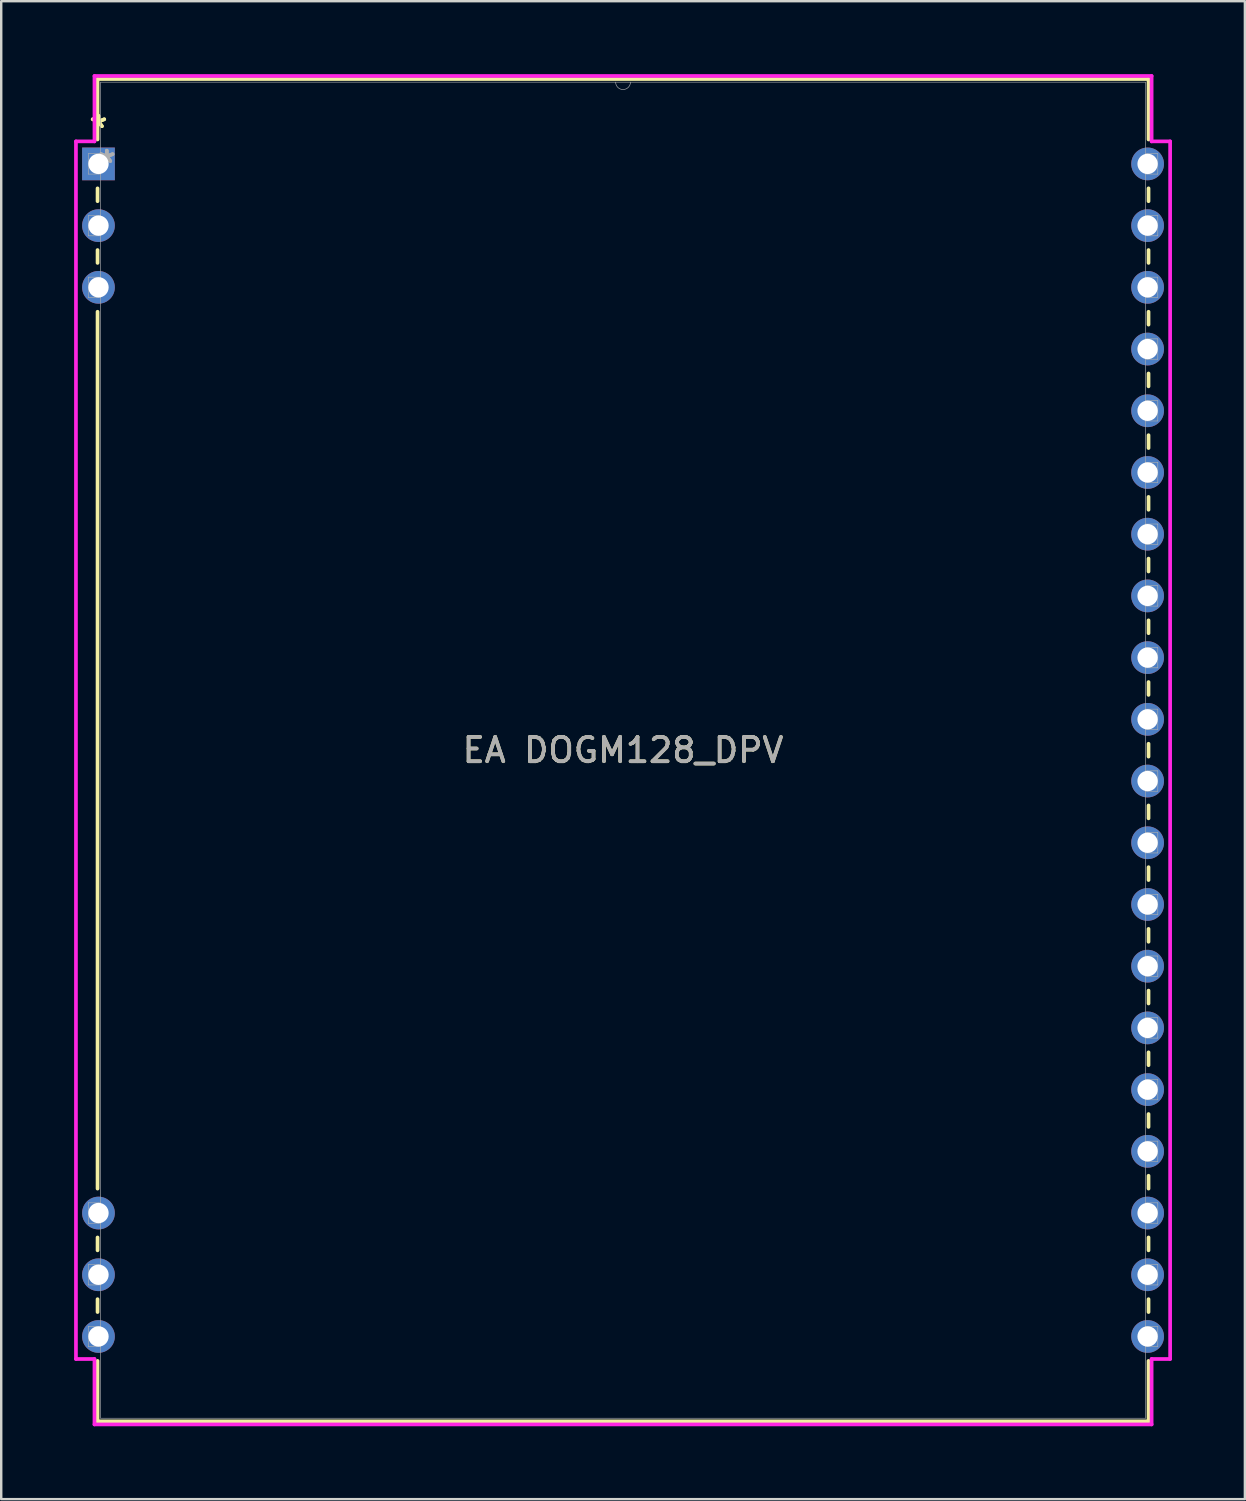
<source format=kicad_pcb>
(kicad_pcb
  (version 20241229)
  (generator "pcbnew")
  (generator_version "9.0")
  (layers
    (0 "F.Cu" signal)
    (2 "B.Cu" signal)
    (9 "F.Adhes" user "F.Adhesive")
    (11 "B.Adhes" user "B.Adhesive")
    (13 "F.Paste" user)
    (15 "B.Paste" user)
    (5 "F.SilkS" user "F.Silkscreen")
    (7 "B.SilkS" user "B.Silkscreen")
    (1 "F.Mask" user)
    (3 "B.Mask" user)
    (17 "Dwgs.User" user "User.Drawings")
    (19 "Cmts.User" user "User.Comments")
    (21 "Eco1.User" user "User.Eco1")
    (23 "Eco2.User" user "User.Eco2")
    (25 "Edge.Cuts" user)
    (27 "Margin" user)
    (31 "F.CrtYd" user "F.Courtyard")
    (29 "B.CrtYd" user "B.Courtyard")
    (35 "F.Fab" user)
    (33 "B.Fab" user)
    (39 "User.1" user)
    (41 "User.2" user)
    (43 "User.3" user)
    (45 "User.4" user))
  (footprint "EA DOGM128_DPV"
    (layer "F.Cu")
    (at 1.003 3.696)
    (property "Reference" "EA DOGM128_DPV" (at 21.59 24.13 0) (unlocked yes) (layer "F.SilkS") (effects (font (size 1 1) (thickness 0.15))))
    (attr through_hole)
    (fp_line (start -0.038 -3.493) (end -0.038 -1.006) (stroke (width 0.152) (type solid)) (layer "F.SilkS"))
    (fp_line (start -0.038 1.006) (end -0.038 1.535) (stroke (width 0.152) (type solid)) (layer "F.SilkS"))
    (fp_line (start -0.038 3.545) (end -0.038 4.075) (stroke (width 0.152) (type solid)) (layer "F.SilkS"))
    (fp_line (start -0.038 6.085) (end -0.038 42.175) (stroke (width 0.152) (type solid)) (layer "F.SilkS"))
    (fp_line (start -0.038 44.185) (end -0.038 44.715) (stroke (width 0.152) (type solid)) (layer "F.SilkS"))
    (fp_line (start -0.038 46.725) (end -0.038 47.255) (stroke (width 0.152) (type solid)) (layer "F.SilkS"))
    (fp_line (start -0.038 49.265) (end -0.038 51.752) (stroke (width 0.152) (type solid)) (layer "F.SilkS"))
    (fp_line (start -0.038 51.752) (end 43.218 51.752) (stroke (width 0.152) (type solid)) (layer "F.SilkS"))
    (fp_line (start 43.218 -3.493) (end -0.038 -3.493) (stroke (width 0.152) (type solid)) (layer "F.SilkS"))
    (fp_line (start 43.218 -1.005) (end 43.218 -3.493) (stroke (width 0.152) (type solid)) (layer "F.SilkS"))
    (fp_line (start 43.218 1.535) (end 43.218 1.005) (stroke (width 0.152) (type solid)) (layer "F.SilkS"))
    (fp_line (start 43.218 4.075) (end 43.218 3.545) (stroke (width 0.152) (type solid)) (layer "F.SilkS"))
    (fp_line (start 43.218 6.615) (end 43.218 6.085) (stroke (width 0.152) (type solid)) (layer "F.SilkS"))
    (fp_line (start 43.218 9.155) (end 43.218 8.625) (stroke (width 0.152) (type solid)) (layer "F.SilkS"))
    (fp_line (start 43.218 11.695) (end 43.218 11.165) (stroke (width 0.152) (type solid)) (layer "F.SilkS"))
    (fp_line (start 43.218 14.235) (end 43.218 13.705) (stroke (width 0.152) (type solid)) (layer "F.SilkS"))
    (fp_line (start 43.218 16.775) (end 43.218 16.245) (stroke (width 0.152) (type solid)) (layer "F.SilkS"))
    (fp_line (start 43.218 19.315) (end 43.218 18.785) (stroke (width 0.152) (type solid)) (layer "F.SilkS"))
    (fp_line (start 43.218 21.855) (end 43.218 21.325) (stroke (width 0.152) (type solid)) (layer "F.SilkS"))
    (fp_line (start 43.218 24.395) (end 43.218 23.865) (stroke (width 0.152) (type solid)) (layer "F.SilkS"))
    (fp_line (start 43.218 26.935) (end 43.218 26.405) (stroke (width 0.152) (type solid)) (layer "F.SilkS"))
    (fp_line (start 43.218 29.475) (end 43.218 28.945) (stroke (width 0.152) (type solid)) (layer "F.SilkS"))
    (fp_line (start 43.218 32.015) (end 43.218 31.485) (stroke (width 0.152) (type solid)) (layer "F.SilkS"))
    (fp_line (start 43.218 34.555) (end 43.218 34.025) (stroke (width 0.152) (type solid)) (layer "F.SilkS"))
    (fp_line (start 43.218 37.095) (end 43.218 36.565) (stroke (width 0.152) (type solid)) (layer "F.SilkS"))
    (fp_line (start 43.218 39.635) (end 43.218 39.105) (stroke (width 0.152) (type solid)) (layer "F.SilkS"))
    (fp_line (start 43.218 42.175) (end 43.218 41.645) (stroke (width 0.152) (type solid)) (layer "F.SilkS"))
    (fp_line (start 43.218 44.715) (end 43.218 44.185) (stroke (width 0.152) (type solid)) (layer "F.SilkS"))
    (fp_line (start 43.218 47.255) (end 43.218 46.725) (stroke (width 0.152) (type solid)) (layer "F.SilkS"))
    (fp_line (start 43.218 51.752) (end 43.218 49.265) (stroke (width 0.152) (type solid)) (layer "F.SilkS"))
    (fp_line (start -0.927 -0.927) (end -0.165 -0.927) (stroke (width 0.152) (type solid)) (layer "F.CrtYd"))
    (fp_line (start -0.927 49.187) (end -0.927 -0.927) (stroke (width 0.152) (type solid)) (layer "F.CrtYd"))
    (fp_line (start -0.165 -3.619) (end 43.345 -3.619) (stroke (width 0.152) (type solid)) (layer "F.CrtYd"))
    (fp_line (start -0.165 -0.927) (end -0.165 -3.619) (stroke (width 0.152) (type solid)) (layer "F.CrtYd"))
    (fp_line (start -0.165 49.187) (end -0.927 49.187) (stroke (width 0.152) (type solid)) (layer "F.CrtYd"))
    (fp_line (start -0.165 51.88) (end -0.165 49.187) (stroke (width 0.152) (type solid)) (layer "F.CrtYd"))
    (fp_line (start 43.345 -3.619) (end 43.345 -0.927) (stroke (width 0.152) (type solid)) (layer "F.CrtYd"))
    (fp_line (start 43.345 49.187) (end 43.345 51.88) (stroke (width 0.152) (type solid)) (layer "F.CrtYd"))
    (fp_line (start 43.345 51.88) (end -0.165 51.88) (stroke (width 0.152) (type solid)) (layer "F.CrtYd"))
    (fp_line (start 44.107 -0.927) (end 43.345 -0.927) (stroke (width 0.152) (type solid)) (layer "F.CrtYd"))
    (fp_line (start 44.107 -0.927) (end 44.107 49.187) (stroke (width 0.152) (type solid)) (layer "F.CrtYd"))
    (fp_line (start 44.107 49.187) (end 43.345 49.187) (stroke (width 0.152) (type solid)) (layer "F.CrtYd"))
    (fp_line (start -0.419 -0.419) (end -0.419 0.419) (stroke (width 0.025) (type solid)) (layer "F.Fab"))
    (fp_line (start -0.419 0.419) (end 0.089 0.419) (stroke (width 0.025) (type solid)) (layer "F.Fab"))
    (fp_line (start -0.419 2.121) (end -0.419 2.959) (stroke (width 0.025) (type solid)) (layer "F.Fab"))
    (fp_line (start -0.419 2.959) (end 0.089 2.959) (stroke (width 0.025) (type solid)) (layer "F.Fab"))
    (fp_line (start -0.419 4.661) (end -0.419 5.499) (stroke (width 0.025) (type solid)) (layer "F.Fab"))
    (fp_line (start -0.419 5.499) (end 0.089 5.499) (stroke (width 0.025) (type solid)) (layer "F.Fab"))
    (fp_line (start -0.419 42.761) (end -0.419 43.599) (stroke (width 0.025) (type solid)) (layer "F.Fab"))
    (fp_line (start -0.419 43.599) (end 0.089 43.599) (stroke (width 0.025) (type solid)) (layer "F.Fab"))
    (fp_line (start -0.419 45.301) (end -0.419 46.139) (stroke (width 0.025) (type solid)) (layer "F.Fab"))
    (fp_line (start -0.419 46.139) (end 0.089 46.139) (stroke (width 0.025) (type solid)) (layer "F.Fab"))
    (fp_line (start -0.419 47.841) (end -0.419 48.679) (stroke (width 0.025) (type solid)) (layer "F.Fab"))
    (fp_line (start -0.419 48.679) (end 0.089 48.679) (stroke (width 0.025) (type solid)) (layer "F.Fab"))
    (fp_line (start 0.089 -3.365) (end 0.089 51.626) (stroke (width 0.025) (type solid)) (layer "F.Fab"))
    (fp_line (start 0.089 -0.419) (end -0.419 -0.419) (stroke (width 0.025) (type solid)) (layer "F.Fab"))
    (fp_line (start 0.089 0.419) (end 0.089 -0.419) (stroke (width 0.025) (type solid)) (layer "F.Fab"))
    (fp_line (start 0.089 2.121) (end -0.419 2.121) (stroke (width 0.025) (type solid)) (layer "F.Fab"))
    (fp_line (start 0.089 2.959) (end 0.089 2.121) (stroke (width 0.025) (type solid)) (layer "F.Fab"))
    (fp_line (start 0.089 4.661) (end -0.419 4.661) (stroke (width 0.025) (type solid)) (layer "F.Fab"))
    (fp_line (start 0.089 5.499) (end 0.089 4.661) (stroke (width 0.025) (type solid)) (layer "F.Fab"))
    (fp_line (start 0.089 42.761) (end -0.419 42.761) (stroke (width 0.025) (type solid)) (layer "F.Fab"))
    (fp_line (start 0.089 43.599) (end 0.089 42.761) (stroke (width 0.025) (type solid)) (layer "F.Fab"))
    (fp_line (start 0.089 45.301) (end -0.419 45.301) (stroke (width 0.025) (type solid)) (layer "F.Fab"))
    (fp_line (start 0.089 46.139) (end 0.089 45.301) (stroke (width 0.025) (type solid)) (layer "F.Fab"))
    (fp_line (start 0.089 47.841) (end -0.419 47.841) (stroke (width 0.025) (type solid)) (layer "F.Fab"))
    (fp_line (start 0.089 48.679) (end 0.089 47.841) (stroke (width 0.025) (type solid)) (layer "F.Fab"))
    (fp_line (start 0.089 51.626) (end 43.091 51.626) (stroke (width 0.025) (type solid)) (layer "F.Fab"))
    (fp_line (start 43.091 -3.365) (end 0.089 -3.365) (stroke (width 0.025) (type solid)) (layer "F.Fab"))
    (fp_line (start 43.091 -0.419) (end 43.091 0.419) (stroke (width 0.025) (type solid)) (layer "F.Fab"))
    (fp_line (start 43.091 0.419) (end 43.599 0.419) (stroke (width 0.025) (type solid)) (layer "F.Fab"))
    (fp_line (start 43.091 2.121) (end 43.091 2.959) (stroke (width 0.025) (type solid)) (layer "F.Fab"))
    (fp_line (start 43.091 2.959) (end 43.599 2.959) (stroke (width 0.025) (type solid)) (layer "F.Fab"))
    (fp_line (start 43.091 4.661) (end 43.091 5.499) (stroke (width 0.025) (type solid)) (layer "F.Fab"))
    (fp_line (start 43.091 5.499) (end 43.599 5.499) (stroke (width 0.025) (type solid)) (layer "F.Fab"))
    (fp_line (start 43.091 7.201) (end 43.091 8.039) (stroke (width 0.025) (type solid)) (layer "F.Fab"))
    (fp_line (start 43.091 8.039) (end 43.599 8.039) (stroke (width 0.025) (type solid)) (layer "F.Fab"))
    (fp_line (start 43.091 9.741) (end 43.091 10.579) (stroke (width 0.025) (type solid)) (layer "F.Fab"))
    (fp_line (start 43.091 10.579) (end 43.599 10.579) (stroke (width 0.025) (type solid)) (layer "F.Fab"))
    (fp_line (start 43.091 12.281) (end 43.091 13.119) (stroke (width 0.025) (type solid)) (layer "F.Fab"))
    (fp_line (start 43.091 13.119) (end 43.599 13.119) (stroke (width 0.025) (type solid)) (layer "F.Fab"))
    (fp_line (start 43.091 14.821) (end 43.091 15.659) (stroke (width 0.025) (type solid)) (layer "F.Fab"))
    (fp_line (start 43.091 15.659) (end 43.599 15.659) (stroke (width 0.025) (type solid)) (layer "F.Fab"))
    (fp_line (start 43.091 17.361) (end 43.091 18.199) (stroke (width 0.025) (type solid)) (layer "F.Fab"))
    (fp_line (start 43.091 18.199) (end 43.599 18.199) (stroke (width 0.025) (type solid)) (layer "F.Fab"))
    (fp_line (start 43.091 19.901) (end 43.091 20.739) (stroke (width 0.025) (type solid)) (layer "F.Fab"))
    (fp_line (start 43.091 20.739) (end 43.599 20.739) (stroke (width 0.025) (type solid)) (layer "F.Fab"))
    (fp_line (start 43.091 22.441) (end 43.091 23.279) (stroke (width 0.025) (type solid)) (layer "F.Fab"))
    (fp_line (start 43.091 23.279) (end 43.599 23.279) (stroke (width 0.025) (type solid)) (layer "F.Fab"))
    (fp_line (start 43.091 24.981) (end 43.091 25.819) (stroke (width 0.025) (type solid)) (layer "F.Fab"))
    (fp_line (start 43.091 25.819) (end 43.599 25.819) (stroke (width 0.025) (type solid)) (layer "F.Fab"))
    (fp_line (start 43.091 27.521) (end 43.091 28.359) (stroke (width 0.025) (type solid)) (layer "F.Fab"))
    (fp_line (start 43.091 28.359) (end 43.599 28.359) (stroke (width 0.025) (type solid)) (layer "F.Fab"))
    (fp_line (start 43.091 30.061) (end 43.091 30.899) (stroke (width 0.025) (type solid)) (layer "F.Fab"))
    (fp_line (start 43.091 30.899) (end 43.599 30.899) (stroke (width 0.025) (type solid)) (layer "F.Fab"))
    (fp_line (start 43.091 32.601) (end 43.091 33.439) (stroke (width 0.025) (type solid)) (layer "F.Fab"))
    (fp_line (start 43.091 33.439) (end 43.599 33.439) (stroke (width 0.025) (type solid)) (layer "F.Fab"))
    (fp_line (start 43.091 35.141) (end 43.091 35.979) (stroke (width 0.025) (type solid)) (layer "F.Fab"))
    (fp_line (start 43.091 35.979) (end 43.599 35.979) (stroke (width 0.025) (type solid)) (layer "F.Fab"))
    (fp_line (start 43.091 37.681) (end 43.091 38.519) (stroke (width 0.025) (type solid)) (layer "F.Fab"))
    (fp_line (start 43.091 38.519) (end 43.599 38.519) (stroke (width 0.025) (type solid)) (layer "F.Fab"))
    (fp_line (start 43.091 40.221) (end 43.091 41.059) (stroke (width 0.025) (type solid)) (layer "F.Fab"))
    (fp_line (start 43.091 41.059) (end 43.599 41.059) (stroke (width 0.025) (type solid)) (layer "F.Fab"))
    (fp_line (start 43.091 42.761) (end 43.091 43.599) (stroke (width 0.025) (type solid)) (layer "F.Fab"))
    (fp_line (start 43.091 43.599) (end 43.599 43.599) (stroke (width 0.025) (type solid)) (layer "F.Fab"))
    (fp_line (start 43.091 45.301) (end 43.091 46.139) (stroke (width 0.025) (type solid)) (layer "F.Fab"))
    (fp_line (start 43.091 46.139) (end 43.599 46.139) (stroke (width 0.025) (type solid)) (layer "F.Fab"))
    (fp_line (start 43.091 47.841) (end 43.091 48.679) (stroke (width 0.025) (type solid)) (layer "F.Fab"))
    (fp_line (start 43.091 48.679) (end 43.599 48.679) (stroke (width 0.025) (type solid)) (layer "F.Fab"))
    (fp_line (start 43.091 51.626) (end 43.091 -3.365) (stroke (width 0.025) (type solid)) (layer "F.Fab"))
    (fp_line (start 43.599 -0.419) (end 43.091 -0.419) (stroke (width 0.025) (type solid)) (layer "F.Fab"))
    (fp_line (start 43.599 0.419) (end 43.599 -0.419) (stroke (width 0.025) (type solid)) (layer "F.Fab"))
    (fp_line (start 43.599 2.121) (end 43.091 2.121) (stroke (width 0.025) (type solid)) (layer "F.Fab"))
    (fp_line (start 43.599 2.959) (end 43.599 2.121) (stroke (width 0.025) (type solid)) (layer "F.Fab"))
    (fp_line (start 43.599 4.661) (end 43.091 4.661) (stroke (width 0.025) (type solid)) (layer "F.Fab"))
    (fp_line (start 43.599 5.499) (end 43.599 4.661) (stroke (width 0.025) (type solid)) (layer "F.Fab"))
    (fp_line (start 43.599 7.201) (end 43.091 7.201) (stroke (width 0.025) (type solid)) (layer "F.Fab"))
    (fp_line (start 43.599 8.039) (end 43.599 7.201) (stroke (width 0.025) (type solid)) (layer "F.Fab"))
    (fp_line (start 43.599 9.741) (end 43.091 9.741) (stroke (width 0.025) (type solid)) (layer "F.Fab"))
    (fp_line (start 43.599 10.579) (end 43.599 9.741) (stroke (width 0.025) (type solid)) (layer "F.Fab"))
    (fp_line (start 43.599 12.281) (end 43.091 12.281) (stroke (width 0.025) (type solid)) (layer "F.Fab"))
    (fp_line (start 43.599 13.119) (end 43.599 12.281) (stroke (width 0.025) (type solid)) (layer "F.Fab"))
    (fp_line (start 43.599 14.821) (end 43.091 14.821) (stroke (width 0.025) (type solid)) (layer "F.Fab"))
    (fp_line (start 43.599 15.659) (end 43.599 14.821) (stroke (width 0.025) (type solid)) (layer "F.Fab"))
    (fp_line (start 43.599 17.361) (end 43.091 17.361) (stroke (width 0.025) (type solid)) (layer "F.Fab"))
    (fp_line (start 43.599 18.199) (end 43.599 17.361) (stroke (width 0.025) (type solid)) (layer "F.Fab"))
    (fp_line (start 43.599 19.901) (end 43.091 19.901) (stroke (width 0.025) (type solid)) (layer "F.Fab"))
    (fp_line (start 43.599 20.739) (end 43.599 19.901) (stroke (width 0.025) (type solid)) (layer "F.Fab"))
    (fp_line (start 43.599 22.441) (end 43.091 22.441) (stroke (width 0.025) (type solid)) (layer "F.Fab"))
    (fp_line (start 43.599 23.279) (end 43.599 22.441) (stroke (width 0.025) (type solid)) (layer "F.Fab"))
    (fp_line (start 43.599 24.981) (end 43.091 24.981) (stroke (width 0.025) (type solid)) (layer "F.Fab"))
    (fp_line (start 43.599 25.819) (end 43.599 24.981) (stroke (width 0.025) (type solid)) (layer "F.Fab"))
    (fp_line (start 43.599 27.521) (end 43.091 27.521) (stroke (width 0.025) (type solid)) (layer "F.Fab"))
    (fp_line (start 43.599 28.359) (end 43.599 27.521) (stroke (width 0.025) (type solid)) (layer "F.Fab"))
    (fp_line (start 43.599 30.061) (end 43.091 30.061) (stroke (width 0.025) (type solid)) (layer "F.Fab"))
    (fp_line (start 43.599 30.899) (end 43.599 30.061) (stroke (width 0.025) (type solid)) (layer "F.Fab"))
    (fp_line (start 43.599 32.601) (end 43.091 32.601) (stroke (width 0.025) (type solid)) (layer "F.Fab"))
    (fp_line (start 43.599 33.439) (end 43.599 32.601) (stroke (width 0.025) (type solid)) (layer "F.Fab"))
    (fp_line (start 43.599 35.141) (end 43.091 35.141) (stroke (width 0.025) (type solid)) (layer "F.Fab"))
    (fp_line (start 43.599 35.979) (end 43.599 35.141) (stroke (width 0.025) (type solid)) (layer "F.Fab"))
    (fp_line (start 43.599 37.681) (end 43.091 37.681) (stroke (width 0.025) (type solid)) (layer "F.Fab"))
    (fp_line (start 43.599 38.519) (end 43.599 37.681) (stroke (width 0.025) (type solid)) (layer "F.Fab"))
    (fp_line (start 43.599 40.221) (end 43.091 40.221) (stroke (width 0.025) (type solid)) (layer "F.Fab"))
    (fp_line (start 43.599 41.059) (end 43.599 40.221) (stroke (width 0.025) (type solid)) (layer "F.Fab"))
    (fp_line (start 43.599 42.761) (end 43.091 42.761) (stroke (width 0.025) (type solid)) (layer "F.Fab"))
    (fp_line (start 43.599 43.599) (end 43.599 42.761) (stroke (width 0.025) (type solid)) (layer "F.Fab"))
    (fp_line (start 43.599 45.301) (end 43.091 45.301) (stroke (width 0.025) (type solid)) (layer "F.Fab"))
    (fp_line (start 43.599 46.139) (end 43.599 45.301) (stroke (width 0.025) (type solid)) (layer "F.Fab"))
    (fp_line (start 43.599 47.841) (end 43.091 47.841) (stroke (width 0.025) (type solid)) (layer "F.Fab"))
    (fp_line (start 43.599 48.679) (end 43.599 47.841) (stroke (width 0.025) (type solid)) (layer "F.Fab"))
    (fp_arc (start 21.8948 -3.3655) (mid 21.59 -3.0607) (end 21.2852 -3.3655) (stroke (width 0.0254) (type solid)) (layer "F.Fab"))
    (fp_text user "*" (at 0 -1.435 0) (unlocked yes) (layer "F.SilkS") (effects (font (size 1 1) (thickness 0.15))))
    (fp_text user "*" (at 0 -1.435 0) (layer "F.SilkS") (effects (font (size 1 1) (thickness 0.15))))
    (fp_text user "*" (at 0.343 0 0) (layer "F.Fab") (effects (font (size 1 1) (thickness 0.15))))
    (fp_text user "${REFERENCE}" (at 21.59 24.13 0) (unlocked yes) (layer "F.Fab") (effects (font (size 1 1) (thickness 0.15))))
    (fp_text user "*" (at 0.343 0 0) (unlocked yes) (layer "F.Fab") (effects (font (size 1 1) (thickness 0.15))))
    (pad "1" thru_hole rect (at 0 0) (size 1.346 1.346) (drill 0.838) (layers "*.Cu" "*.Mask"))
    (pad "2" thru_hole circle (at 0 2.54) (size 1.346 1.346) (drill 0.838) (layers "*.Cu" "*.Mask"))
    (pad "3" thru_hole circle (at 0 5.08) (size 1.346 1.346) (drill 0.838) (layers "*.Cu" "*.Mask"))
    (pad "18" thru_hole circle (at 0 43.18) (size 1.346 1.346) (drill 0.838) (layers "*.Cu" "*.Mask"))
    (pad "19" thru_hole circle (at 0 45.72) (size 1.346 1.346) (drill 0.838) (layers "*.Cu" "*.Mask"))
    (pad "20" thru_hole circle (at 0 48.26) (size 1.346 1.346) (drill 0.838) (layers "*.Cu" "*.Mask"))
    (pad "21" thru_hole circle (at 43.18 48.26) (size 1.346 1.346) (drill 0.838) (layers "*.Cu" "*.Mask"))
    (pad "22" thru_hole circle (at 43.18 45.72) (size 1.346 1.346) (drill 0.838) (layers "*.Cu" "*.Mask"))
    (pad "23" thru_hole circle (at 43.18 43.18) (size 1.346 1.346) (drill 0.838) (layers "*.Cu" "*.Mask"))
    (pad "24" thru_hole circle (at 43.18 40.64) (size 1.346 1.346) (drill 0.838) (layers "*.Cu" "*.Mask"))
    (pad "25" thru_hole circle (at 43.18 38.1) (size 1.346 1.346) (drill 0.838) (layers "*.Cu" "*.Mask"))
    (pad "26" thru_hole circle (at 43.18 35.56) (size 1.346 1.346) (drill 0.838) (layers "*.Cu" "*.Mask"))
    (pad "27" thru_hole circle (at 43.18 33.02) (size 1.346 1.346) (drill 0.838) (layers "*.Cu" "*.Mask"))
    (pad "28" thru_hole circle (at 43.18 30.48) (size 1.346 1.346) (drill 0.838) (layers "*.Cu" "*.Mask"))
    (pad "29" thru_hole circle (at 43.18 27.94) (size 1.346 1.346) (drill 0.838) (layers "*.Cu" "*.Mask"))
    (pad "30" thru_hole circle (at 43.18 25.4) (size 1.346 1.346) (drill 0.838) (layers "*.Cu" "*.Mask"))
    (pad "31" thru_hole circle (at 43.18 22.86) (size 1.346 1.346) (drill 0.838) (layers "*.Cu" "*.Mask"))
    (pad "32" thru_hole circle (at 43.18 20.32) (size 1.346 1.346) (drill 0.838) (layers "*.Cu" "*.Mask"))
    (pad "33" thru_hole circle (at 43.18 17.78) (size 1.346 1.346) (drill 0.838) (layers "*.Cu" "*.Mask"))
    (pad "34" thru_hole circle (at 43.18 15.24) (size 1.346 1.346) (drill 0.838) (layers "*.Cu" "*.Mask"))
    (pad "35" thru_hole circle (at 43.18 12.7) (size 1.346 1.346) (drill 0.838) (layers "*.Cu" "*.Mask"))
    (pad "36" thru_hole circle (at 43.18 10.16) (size 1.346 1.346) (drill 0.838) (layers "*.Cu" "*.Mask"))
    (pad "37" thru_hole circle (at 43.18 7.62) (size 1.346 1.346) (drill 0.838) (layers "*.Cu" "*.Mask"))
    (pad "38" thru_hole circle (at 43.18 5.08) (size 1.346 1.346) (drill 0.838) (layers "*.Cu" "*.Mask"))
    (pad "39" thru_hole circle (at 43.18 2.54) (size 1.346 1.346) (drill 0.838) (layers "*.Cu" "*.Mask"))
    (pad "40" thru_hole circle (at 43.18 0) (size 1.346 1.346) (drill 0.838) (layers "*.Cu" "*.Mask")))
  (gr_rect
    (start -3 -3)
    (end 48.187 58.651)
    (stroke (width 0.1) (type default))
    (fill no)
    (layer "Edge.Cuts")))
</source>
